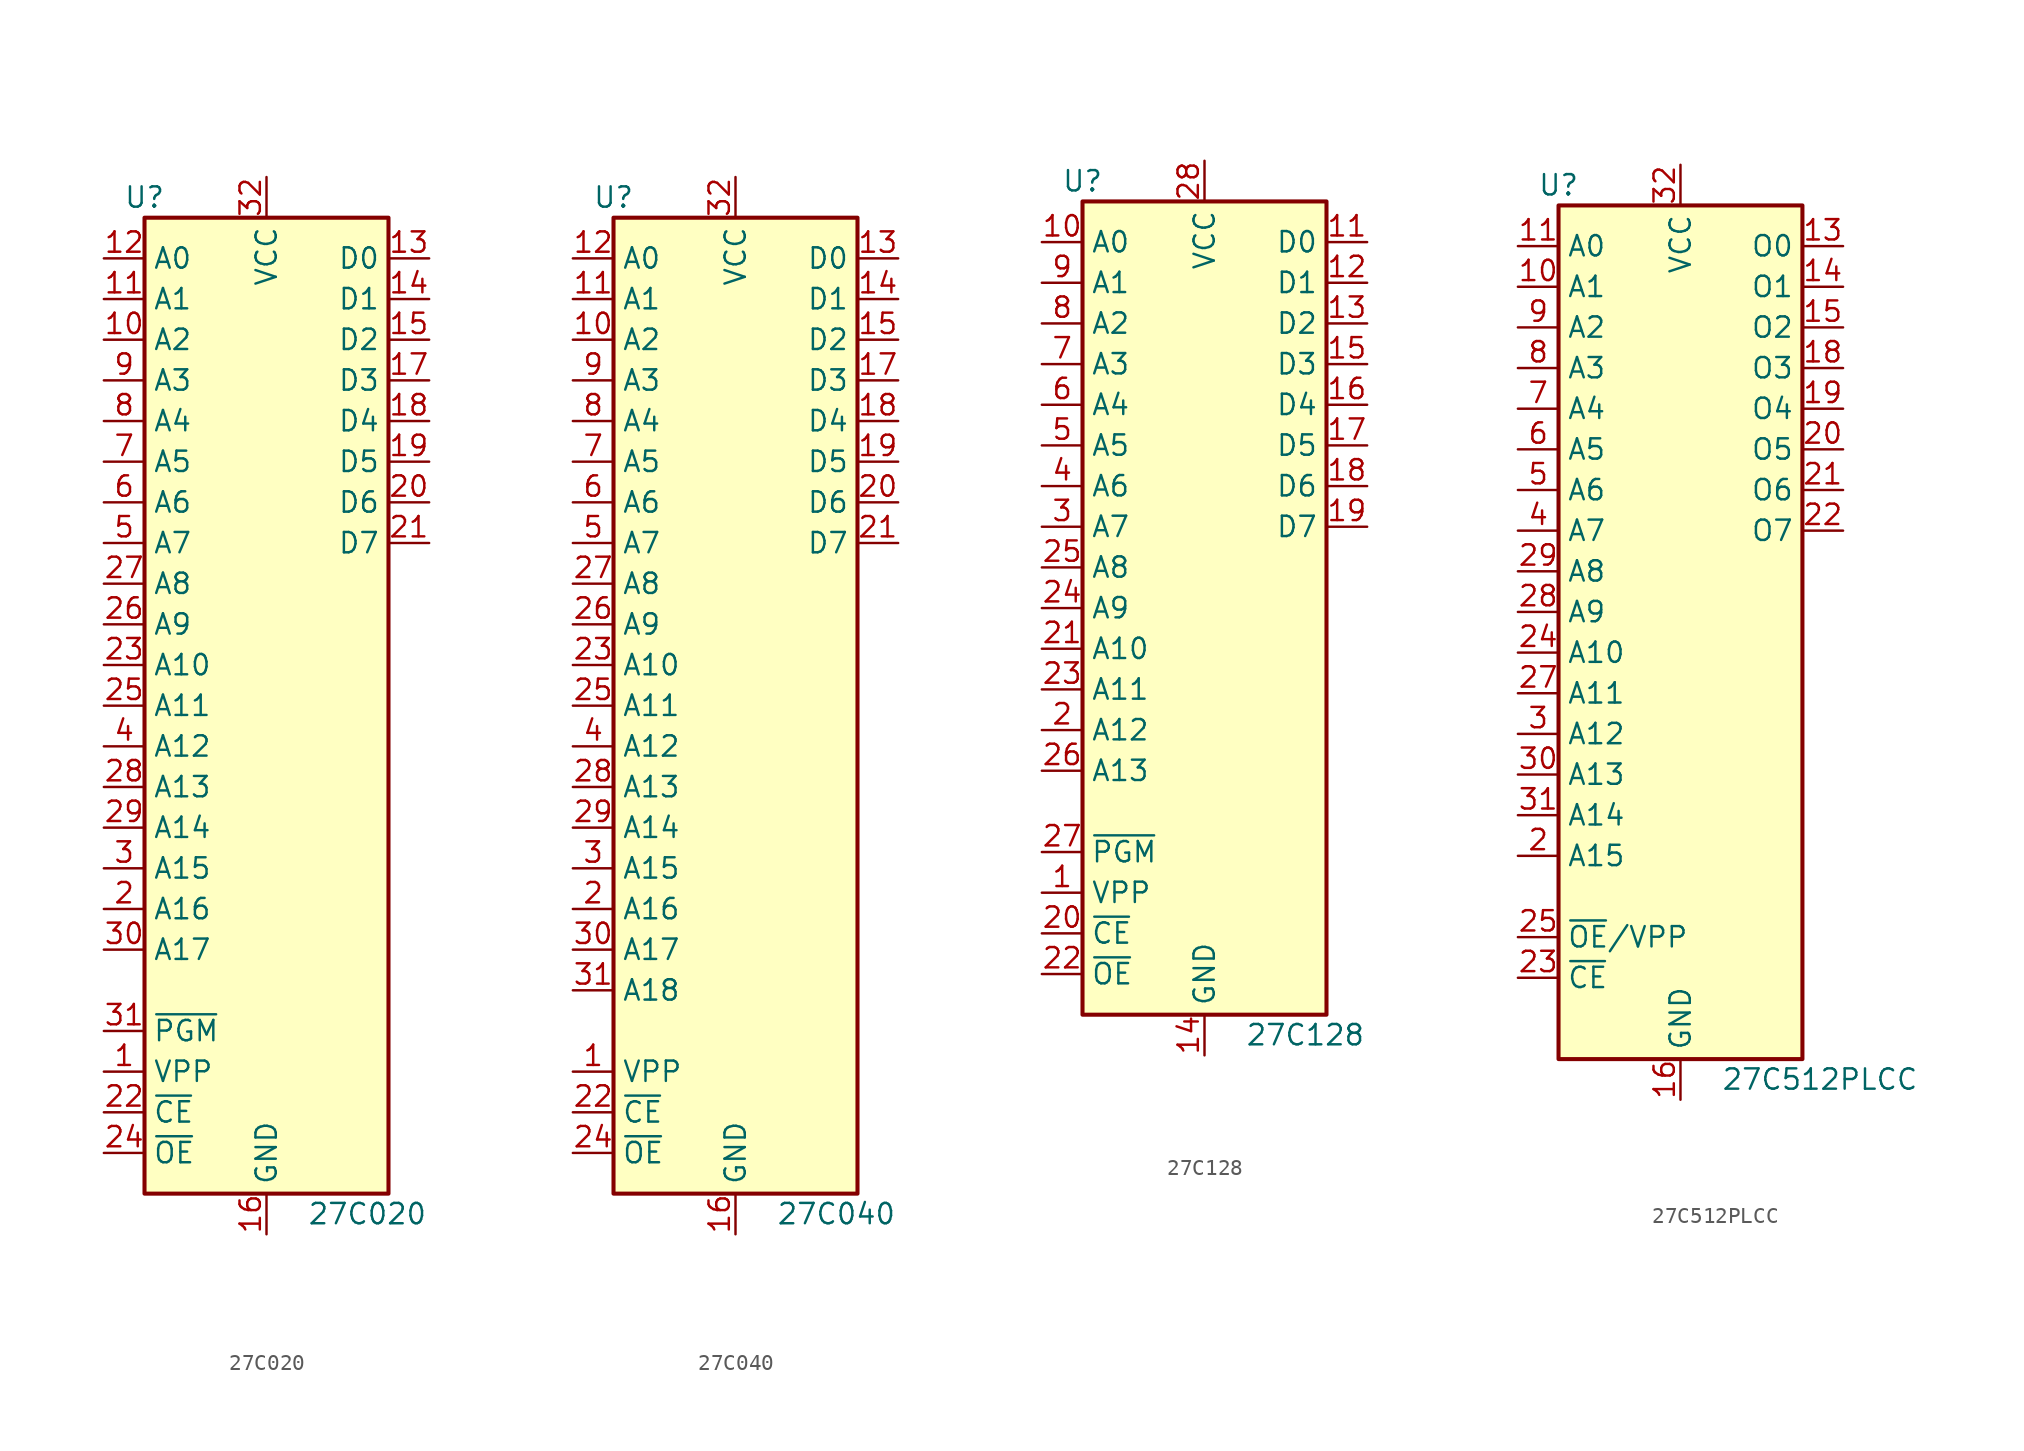
<source format=kicad_sym>
(kicad_symbol_lib
  (version 20201005)
  (generator kicad_symbol_editor)
  (symbol "27C020"
    (property "Reference" "U"
      (at -7.62 31.75 0)
      (effects (font (size 1.27 1.27))))
    (property "Value" "27C020"
      (at 2.54 -31.75 0)
      (effects (font (size 1.27 1.27)) (justify left)))
    (symbol "27C020_1_1"
      (rectangle (start -7.62 30.48) (end 7.62 -30.48) (stroke (width 0.254)) (fill (type background)))
      (pin input line (at -10.16 -22.86 0) (length 2.54) (name "VPP" (effects (font (size 1.27 1.27)))) (number "1" (effects (font (size 1.27 1.27)))))
      (pin input line (at -10.16 -12.7 0) (length 2.54) (name "A16" (effects (font (size 1.27 1.27)))) (number "2" (effects (font (size 1.27 1.27)))))
      (pin input line (at -10.16 -10.16 0) (length 2.54) (name "A15" (effects (font (size 1.27 1.27)))) (number "3" (effects (font (size 1.27 1.27)))))
      (pin input line (at -10.16 -2.54 0) (length 2.54) (name "A12" (effects (font (size 1.27 1.27)))) (number "4" (effects (font (size 1.27 1.27)))))
      (pin input line (at -10.16 10.16 0) (length 2.54) (name "A7" (effects (font (size 1.27 1.27)))) (number "5" (effects (font (size 1.27 1.27)))))
      (pin input line (at -10.16 12.7 0) (length 2.54) (name "A6" (effects (font (size 1.27 1.27)))) (number "6" (effects (font (size 1.27 1.27)))))
      (pin input line (at -10.16 15.24 0) (length 2.54) (name "A5" (effects (font (size 1.27 1.27)))) (number "7" (effects (font (size 1.27 1.27)))))
      (pin input line (at -10.16 17.78 0) (length 2.54) (name "A4" (effects (font (size 1.27 1.27)))) (number "8" (effects (font (size 1.27 1.27)))))
      (pin input line (at -10.16 20.32 0) (length 2.54) (name "A3" (effects (font (size 1.27 1.27)))) (number "9" (effects (font (size 1.27 1.27)))))
      (pin input line (at -10.16 22.86 0) (length 2.54) (name "A2" (effects (font (size 1.27 1.27)))) (number "10" (effects (font (size 1.27 1.27)))))
      (pin tri_state line (at 10.16 12.7 180) (length 2.54) (name "D6" (effects (font (size 1.27 1.27)))) (number "20" (effects (font (size 1.27 1.27)))))
      (pin input line (at -10.16 -15.24 0) (length 2.54) (name "A17" (effects (font (size 1.27 1.27)))) (number "30" (effects (font (size 1.27 1.27)))))
      (pin input line (at -10.16 25.4 0) (length 2.54) (name "A1" (effects (font (size 1.27 1.27)))) (number "11" (effects (font (size 1.27 1.27)))))
      (pin tri_state line (at 10.16 10.16 180) (length 2.54) (name "D7" (effects (font (size 1.27 1.27)))) (number "21" (effects (font (size 1.27 1.27)))))
      (pin input line (at -10.16 -20.32 0) (length 2.54) (name "~PGM" (effects (font (size 1.27 1.27)))) (number "31" (effects (font (size 1.27 1.27)))))
      (pin input line (at -10.16 27.94 0) (length 2.54) (name "A0" (effects (font (size 1.27 1.27)))) (number "12" (effects (font (size 1.27 1.27)))))
      (pin input line (at -10.16 -25.4 0) (length 2.54) (name "~CE" (effects (font (size 1.27 1.27)))) (number "22" (effects (font (size 1.27 1.27)))))
      (pin power_in line (at 0 33.02 270) (length 2.54) (name "VCC" (effects (font (size 1.27 1.27)))) (number "32" (effects (font (size 1.27 1.27)))))
      (pin tri_state line (at 10.16 27.94 180) (length 2.54) (name "D0" (effects (font (size 1.27 1.27)))) (number "13" (effects (font (size 1.27 1.27)))))
      (pin input line (at -10.16 2.54 0) (length 2.54) (name "A10" (effects (font (size 1.27 1.27)))) (number "23" (effects (font (size 1.27 1.27)))))
      (pin tri_state line (at 10.16 25.4 180) (length 2.54) (name "D1" (effects (font (size 1.27 1.27)))) (number "14" (effects (font (size 1.27 1.27)))))
      (pin input line (at -10.16 -27.94 0) (length 2.54) (name "~OE" (effects (font (size 1.27 1.27)))) (number "24" (effects (font (size 1.27 1.27)))))
      (pin tri_state line (at 10.16 22.86 180) (length 2.54) (name "D2" (effects (font (size 1.27 1.27)))) (number "15" (effects (font (size 1.27 1.27)))))
      (pin input line (at -10.16 0 0) (length 2.54) (name "A11" (effects (font (size 1.27 1.27)))) (number "25" (effects (font (size 1.27 1.27)))))
      (pin power_in line (at 0 -33.02 90) (length 2.54) (name "GND" (effects (font (size 1.27 1.27)))) (number "16" (effects (font (size 1.27 1.27)))))
      (pin input line (at -10.16 5.08 0) (length 2.54) (name "A9" (effects (font (size 1.27 1.27)))) (number "26" (effects (font (size 1.27 1.27)))))
      (pin tri_state line (at 10.16 20.32 180) (length 2.54) (name "D3" (effects (font (size 1.27 1.27)))) (number "17" (effects (font (size 1.27 1.27)))))
      (pin input line (at -10.16 7.62 0) (length 2.54) (name "A8" (effects (font (size 1.27 1.27)))) (number "27" (effects (font (size 1.27 1.27)))))
      (pin tri_state line (at 10.16 17.78 180) (length 2.54) (name "D4" (effects (font (size 1.27 1.27)))) (number "18" (effects (font (size 1.27 1.27)))))
      (pin input line (at -10.16 -5.08 0) (length 2.54) (name "A13" (effects (font (size 1.27 1.27)))) (number "28" (effects (font (size 1.27 1.27)))))
      (pin tri_state line (at 10.16 15.24 180) (length 2.54) (name "D5" (effects (font (size 1.27 1.27)))) (number "19" (effects (font (size 1.27 1.27)))))
      (pin input line (at -10.16 -7.62 0) (length 2.54) (name "A14" (effects (font (size 1.27 1.27)))) (number "29" (effects (font (size 1.27 1.27)))))))
  (symbol "27C040"
    (property "Reference" "U"
      (at -7.62 31.75 0)
      (effects (font (size 1.27 1.27))))
    (property "Value" "27C040"
      (at 2.54 -31.75 0)
      (effects (font (size 1.27 1.27)) (justify left)))
    (symbol "27C040_1_1"
      (rectangle (start -7.62 30.48) (end 7.62 -30.48) (stroke (width 0.254)) (fill (type background)))
      (pin input line (at -10.16 -22.86 0) (length 2.54) (name "VPP" (effects (font (size 1.27 1.27)))) (number "1" (effects (font (size 1.27 1.27)))))
      (pin input line (at -10.16 -12.7 0) (length 2.54) (name "A16" (effects (font (size 1.27 1.27)))) (number "2" (effects (font (size 1.27 1.27)))))
      (pin input line (at -10.16 -10.16 0) (length 2.54) (name "A15" (effects (font (size 1.27 1.27)))) (number "3" (effects (font (size 1.27 1.27)))))
      (pin input line (at -10.16 -2.54 0) (length 2.54) (name "A12" (effects (font (size 1.27 1.27)))) (number "4" (effects (font (size 1.27 1.27)))))
      (pin input line (at -10.16 10.16 0) (length 2.54) (name "A7" (effects (font (size 1.27 1.27)))) (number "5" (effects (font (size 1.27 1.27)))))
      (pin input line (at -10.16 12.7 0) (length 2.54) (name "A6" (effects (font (size 1.27 1.27)))) (number "6" (effects (font (size 1.27 1.27)))))
      (pin input line (at -10.16 15.24 0) (length 2.54) (name "A5" (effects (font (size 1.27 1.27)))) (number "7" (effects (font (size 1.27 1.27)))))
      (pin input line (at -10.16 17.78 0) (length 2.54) (name "A4" (effects (font (size 1.27 1.27)))) (number "8" (effects (font (size 1.27 1.27)))))
      (pin input line (at -10.16 20.32 0) (length 2.54) (name "A3" (effects (font (size 1.27 1.27)))) (number "9" (effects (font (size 1.27 1.27)))))
      (pin input line (at -10.16 22.86 0) (length 2.54) (name "A2" (effects (font (size 1.27 1.27)))) (number "10" (effects (font (size 1.27 1.27)))))
      (pin tri_state line (at 10.16 12.7 180) (length 2.54) (name "D6" (effects (font (size 1.27 1.27)))) (number "20" (effects (font (size 1.27 1.27)))))
      (pin input line (at -10.16 -15.24 0) (length 2.54) (name "A17" (effects (font (size 1.27 1.27)))) (number "30" (effects (font (size 1.27 1.27)))))
      (pin input line (at -10.16 25.4 0) (length 2.54) (name "A1" (effects (font (size 1.27 1.27)))) (number "11" (effects (font (size 1.27 1.27)))))
      (pin tri_state line (at 10.16 10.16 180) (length 2.54) (name "D7" (effects (font (size 1.27 1.27)))) (number "21" (effects (font (size 1.27 1.27)))))
      (pin input line (at -10.16 -17.78 0) (length 2.54) (name "A18" (effects (font (size 1.27 1.27)))) (number "31" (effects (font (size 1.27 1.27)))))
      (pin input line (at -10.16 27.94 0) (length 2.54) (name "A0" (effects (font (size 1.27 1.27)))) (number "12" (effects (font (size 1.27 1.27)))))
      (pin input line (at -10.16 -25.4 0) (length 2.54) (name "~CE" (effects (font (size 1.27 1.27)))) (number "22" (effects (font (size 1.27 1.27)))))
      (pin power_in line (at 0 33.02 270) (length 2.54) (name "VCC" (effects (font (size 1.27 1.27)))) (number "32" (effects (font (size 1.27 1.27)))))
      (pin tri_state line (at 10.16 27.94 180) (length 2.54) (name "D0" (effects (font (size 1.27 1.27)))) (number "13" (effects (font (size 1.27 1.27)))))
      (pin input line (at -10.16 2.54 0) (length 2.54) (name "A10" (effects (font (size 1.27 1.27)))) (number "23" (effects (font (size 1.27 1.27)))))
      (pin tri_state line (at 10.16 25.4 180) (length 2.54) (name "D1" (effects (font (size 1.27 1.27)))) (number "14" (effects (font (size 1.27 1.27)))))
      (pin input line (at -10.16 -27.94 0) (length 2.54) (name "~OE" (effects (font (size 1.27 1.27)))) (number "24" (effects (font (size 1.27 1.27)))))
      (pin tri_state line (at 10.16 22.86 180) (length 2.54) (name "D2" (effects (font (size 1.27 1.27)))) (number "15" (effects (font (size 1.27 1.27)))))
      (pin input line (at -10.16 0 0) (length 2.54) (name "A11" (effects (font (size 1.27 1.27)))) (number "25" (effects (font (size 1.27 1.27)))))
      (pin power_in line (at 0 -33.02 90) (length 2.54) (name "GND" (effects (font (size 1.27 1.27)))) (number "16" (effects (font (size 1.27 1.27)))))
      (pin input line (at -10.16 5.08 0) (length 2.54) (name "A9" (effects (font (size 1.27 1.27)))) (number "26" (effects (font (size 1.27 1.27)))))
      (pin tri_state line (at 10.16 20.32 180) (length 2.54) (name "D3" (effects (font (size 1.27 1.27)))) (number "17" (effects (font (size 1.27 1.27)))))
      (pin input line (at -10.16 7.62 0) (length 2.54) (name "A8" (effects (font (size 1.27 1.27)))) (number "27" (effects (font (size 1.27 1.27)))))
      (pin tri_state line (at 10.16 17.78 180) (length 2.54) (name "D4" (effects (font (size 1.27 1.27)))) (number "18" (effects (font (size 1.27 1.27)))))
      (pin input line (at -10.16 -5.08 0) (length 2.54) (name "A13" (effects (font (size 1.27 1.27)))) (number "28" (effects (font (size 1.27 1.27)))))
      (pin tri_state line (at 10.16 15.24 180) (length 2.54) (name "D5" (effects (font (size 1.27 1.27)))) (number "19" (effects (font (size 1.27 1.27)))))
      (pin input line (at -10.16 -7.62 0) (length 2.54) (name "A14" (effects (font (size 1.27 1.27)))) (number "29" (effects (font (size 1.27 1.27)))))))
  (symbol "27C128"
    (property "Reference" "U"
      (at -7.62 26.67 0)
      (effects (font (size 1.27 1.27))))
    (property "Value" "27C128"
      (at 2.54 -26.67 0)
      (effects (font (size 1.27 1.27)) (justify left)))
    (symbol "27C128_1_1"
      (rectangle (start -7.62 25.4) (end 7.62 -25.4) (stroke (width 0.254)) (fill (type background)))
      (pin input line (at -10.16 -17.78 0) (length 2.54) (name "VPP" (effects (font (size 1.27 1.27)))) (number "1" (effects (font (size 1.27 1.27)))))
      (pin input line (at -10.16 -7.62 0) (length 2.54) (name "A12" (effects (font (size 1.27 1.27)))) (number "2" (effects (font (size 1.27 1.27)))))
      (pin input line (at -10.16 5.08 0) (length 2.54) (name "A7" (effects (font (size 1.27 1.27)))) (number "3" (effects (font (size 1.27 1.27)))))
      (pin input line (at -10.16 7.62 0) (length 2.54) (name "A6" (effects (font (size 1.27 1.27)))) (number "4" (effects (font (size 1.27 1.27)))))
      (pin input line (at -10.16 10.16 0) (length 2.54) (name "A5" (effects (font (size 1.27 1.27)))) (number "5" (effects (font (size 1.27 1.27)))))
      (pin input line (at -10.16 12.7 0) (length 2.54) (name "A4" (effects (font (size 1.27 1.27)))) (number "6" (effects (font (size 1.27 1.27)))))
      (pin input line (at -10.16 15.24 0) (length 2.54) (name "A3" (effects (font (size 1.27 1.27)))) (number "7" (effects (font (size 1.27 1.27)))))
      (pin input line (at -10.16 17.78 0) (length 2.54) (name "A2" (effects (font (size 1.27 1.27)))) (number "8" (effects (font (size 1.27 1.27)))))
      (pin input line (at -10.16 20.32 0) (length 2.54) (name "A1" (effects (font (size 1.27 1.27)))) (number "9" (effects (font (size 1.27 1.27)))))
      (pin input line (at -10.16 22.86 0) (length 2.54) (name "A0" (effects (font (size 1.27 1.27)))) (number "10" (effects (font (size 1.27 1.27)))))
      (pin input line (at -10.16 -20.32 0) (length 2.54) (name "~CE" (effects (font (size 1.27 1.27)))) (number "20" (effects (font (size 1.27 1.27)))))
      (pin tri_state line (at 10.16 22.86 180) (length 2.54) (name "D0" (effects (font (size 1.27 1.27)))) (number "11" (effects (font (size 1.27 1.27)))))
      (pin input line (at -10.16 -2.54 0) (length 2.54) (name "A10" (effects (font (size 1.27 1.27)))) (number "21" (effects (font (size 1.27 1.27)))))
      (pin tri_state line (at 10.16 20.32 180) (length 2.54) (name "D1" (effects (font (size 1.27 1.27)))) (number "12" (effects (font (size 1.27 1.27)))))
      (pin input line (at -10.16 -22.86 0) (length 2.54) (name "~OE" (effects (font (size 1.27 1.27)))) (number "22" (effects (font (size 1.27 1.27)))))
      (pin tri_state line (at 10.16 17.78 180) (length 2.54) (name "D2" (effects (font (size 1.27 1.27)))) (number "13" (effects (font (size 1.27 1.27)))))
      (pin input line (at -10.16 -5.08 0) (length 2.54) (name "A11" (effects (font (size 1.27 1.27)))) (number "23" (effects (font (size 1.27 1.27)))))
      (pin power_in line (at 0 -27.94 90) (length 2.54) (name "GND" (effects (font (size 1.27 1.27)))) (number "14" (effects (font (size 1.27 1.27)))))
      (pin input line (at -10.16 0 0) (length 2.54) (name "A9" (effects (font (size 1.27 1.27)))) (number "24" (effects (font (size 1.27 1.27)))))
      (pin tri_state line (at 10.16 15.24 180) (length 2.54) (name "D3" (effects (font (size 1.27 1.27)))) (number "15" (effects (font (size 1.27 1.27)))))
      (pin input line (at -10.16 2.54 0) (length 2.54) (name "A8" (effects (font (size 1.27 1.27)))) (number "25" (effects (font (size 1.27 1.27)))))
      (pin tri_state line (at 10.16 12.7 180) (length 2.54) (name "D4" (effects (font (size 1.27 1.27)))) (number "16" (effects (font (size 1.27 1.27)))))
      (pin input line (at -10.16 -10.16 0) (length 2.54) (name "A13" (effects (font (size 1.27 1.27)))) (number "26" (effects (font (size 1.27 1.27)))))
      (pin tri_state line (at 10.16 10.16 180) (length 2.54) (name "D5" (effects (font (size 1.27 1.27)))) (number "17" (effects (font (size 1.27 1.27)))))
      (pin input line (at -10.16 -15.24 0) (length 2.54) (name "~PGM" (effects (font (size 1.27 1.27)))) (number "27" (effects (font (size 1.27 1.27)))))
      (pin tri_state line (at 10.16 7.62 180) (length 2.54) (name "D6" (effects (font (size 1.27 1.27)))) (number "18" (effects (font (size 1.27 1.27)))))
      (pin power_in line (at 0 27.94 270) (length 2.54) (name "VCC" (effects (font (size 1.27 1.27)))) (number "28" (effects (font (size 1.27 1.27)))))
      (pin tri_state line (at 10.16 5.08 180) (length 2.54) (name "D7" (effects (font (size 1.27 1.27)))) (number "19" (effects (font (size 1.27 1.27)))))))
  (symbol "27C512PLCC"
    (property "Reference" "U"
      (at -7.62 26.67 0)
      (effects (font (size 1.27 1.27))))
    (property "Value" "27C512PLCC"
      (at 2.54 -29.21 0)
      (effects (font (size 1.27 1.27)) (justify left)))
    (symbol "27C512PLCC_1_1"
      (rectangle (start -7.62 25.4) (end 7.62 -27.94) (stroke (width 0.254)) (fill (type background)))
      (pin no_connect line (at 7.62 -17.78 180) (length 2.54) hide (name "NC" (effects (font (size 1.27 1.27)))) (number "1" (effects (font (size 1.27 1.27)))))
      (pin input line (at -10.16 -15.24 0) (length 2.54) (name "A15" (effects (font (size 1.27 1.27)))) (number "2" (effects (font (size 1.27 1.27)))))
      (pin input line (at -10.16 -7.62 0) (length 2.54) (name "A12" (effects (font (size 1.27 1.27)))) (number "3" (effects (font (size 1.27 1.27)))))
      (pin input line (at -10.16 5.08 0) (length 2.54) (name "A7" (effects (font (size 1.27 1.27)))) (number "4" (effects (font (size 1.27 1.27)))))
      (pin input line (at -10.16 7.62 0) (length 2.54) (name "A6" (effects (font (size 1.27 1.27)))) (number "5" (effects (font (size 1.27 1.27)))))
      (pin input line (at -10.16 10.16 0) (length 2.54) (name "A5" (effects (font (size 1.27 1.27)))) (number "6" (effects (font (size 1.27 1.27)))))
      (pin input line (at -10.16 12.7 0) (length 2.54) (name "A4" (effects (font (size 1.27 1.27)))) (number "7" (effects (font (size 1.27 1.27)))))
      (pin input line (at -10.16 15.24 0) (length 2.54) (name "A3" (effects (font (size 1.27 1.27)))) (number "8" (effects (font (size 1.27 1.27)))))
      (pin input line (at -10.16 17.78 0) (length 2.54) (name "A2" (effects (font (size 1.27 1.27)))) (number "9" (effects (font (size 1.27 1.27)))))
      (pin input line (at -10.16 20.32 0) (length 2.54) (name "A1" (effects (font (size 1.27 1.27)))) (number "10" (effects (font (size 1.27 1.27)))))
      (pin tri_state line (at 10.16 10.16 180) (length 2.54) (name "O5" (effects (font (size 1.27 1.27)))) (number "20" (effects (font (size 1.27 1.27)))))
      (pin input line (at -10.16 -10.16 0) (length 2.54) (name "A13" (effects (font (size 1.27 1.27)))) (number "30" (effects (font (size 1.27 1.27)))))
      (pin input line (at -10.16 22.86 0) (length 2.54) (name "A0" (effects (font (size 1.27 1.27)))) (number "11" (effects (font (size 1.27 1.27)))))
      (pin tri_state line (at 10.16 7.62 180) (length 2.54) (name "O6" (effects (font (size 1.27 1.27)))) (number "21" (effects (font (size 1.27 1.27)))))
      (pin input line (at -10.16 -12.7 0) (length 2.54) (name "A14" (effects (font (size 1.27 1.27)))) (number "31" (effects (font (size 1.27 1.27)))))
      (pin no_connect line (at 7.62 -22.86 180) (length 2.54) hide (name "NC" (effects (font (size 1.27 1.27)))) (number "12" (effects (font (size 1.27 1.27)))))
      (pin tri_state line (at 10.16 5.08 180) (length 2.54) (name "O7" (effects (font (size 1.27 1.27)))) (number "22" (effects (font (size 1.27 1.27)))))
      (pin power_in line (at 0 27.94 270) (length 2.54) (name "VCC" (effects (font (size 1.27 1.27)))) (number "32" (effects (font (size 1.27 1.27)))))
      (pin tri_state line (at 10.16 22.86 180) (length 2.54) (name "O0" (effects (font (size 1.27 1.27)))) (number "13" (effects (font (size 1.27 1.27)))))
      (pin input line (at -10.16 -22.86 0) (length 2.54) (name "~CE" (effects (font (size 1.27 1.27)))) (number "23" (effects (font (size 1.27 1.27)))))
      (pin tri_state line (at 10.16 20.32 180) (length 2.54) (name "O1" (effects (font (size 1.27 1.27)))) (number "14" (effects (font (size 1.27 1.27)))))
      (pin input line (at -10.16 -2.54 0) (length 2.54) (name "A10" (effects (font (size 1.27 1.27)))) (number "24" (effects (font (size 1.27 1.27)))))
      (pin tri_state line (at 10.16 17.78 180) (length 2.54) (name "O2" (effects (font (size 1.27 1.27)))) (number "15" (effects (font (size 1.27 1.27)))))
      (pin input line (at -10.16 -20.32 0) (length 2.54) (name "~OE~/VPP" (effects (font (size 1.27 1.27)))) (number "25" (effects (font (size 1.27 1.27)))))
      (pin power_in line (at 0 -30.48 90) (length 2.54) (name "GND" (effects (font (size 1.27 1.27)))) (number "16" (effects (font (size 1.27 1.27)))))
      (pin no_connect line (at 7.62 -25.4 180) (length 2.54) hide (name "NC" (effects (font (size 1.27 1.27)))) (number "26" (effects (font (size 1.27 1.27)))))
      (pin no_connect line (at 7.62 -20.32 180) (length 2.54) hide (name "NC" (effects (font (size 1.27 1.27)))) (number "17" (effects (font (size 1.27 1.27)))))
      (pin input line (at -10.16 -5.08 0) (length 2.54) (name "A11" (effects (font (size 1.27 1.27)))) (number "27" (effects (font (size 1.27 1.27)))))
      (pin tri_state line (at 10.16 15.24 180) (length 2.54) (name "O3" (effects (font (size 1.27 1.27)))) (number "18" (effects (font (size 1.27 1.27)))))
      (pin input line (at -10.16 0 0) (length 2.54) (name "A9" (effects (font (size 1.27 1.27)))) (number "28" (effects (font (size 1.27 1.27)))))
      (pin tri_state line (at 10.16 12.7 180) (length 2.54) (name "O4" (effects (font (size 1.27 1.27)))) (number "19" (effects (font (size 1.27 1.27)))))
      (pin input line (at -10.16 2.54 0) (length 2.54) (name "A8" (effects (font (size 1.27 1.27)))) (number "29" (effects (font (size 1.27 1.27))))))))
</source>
